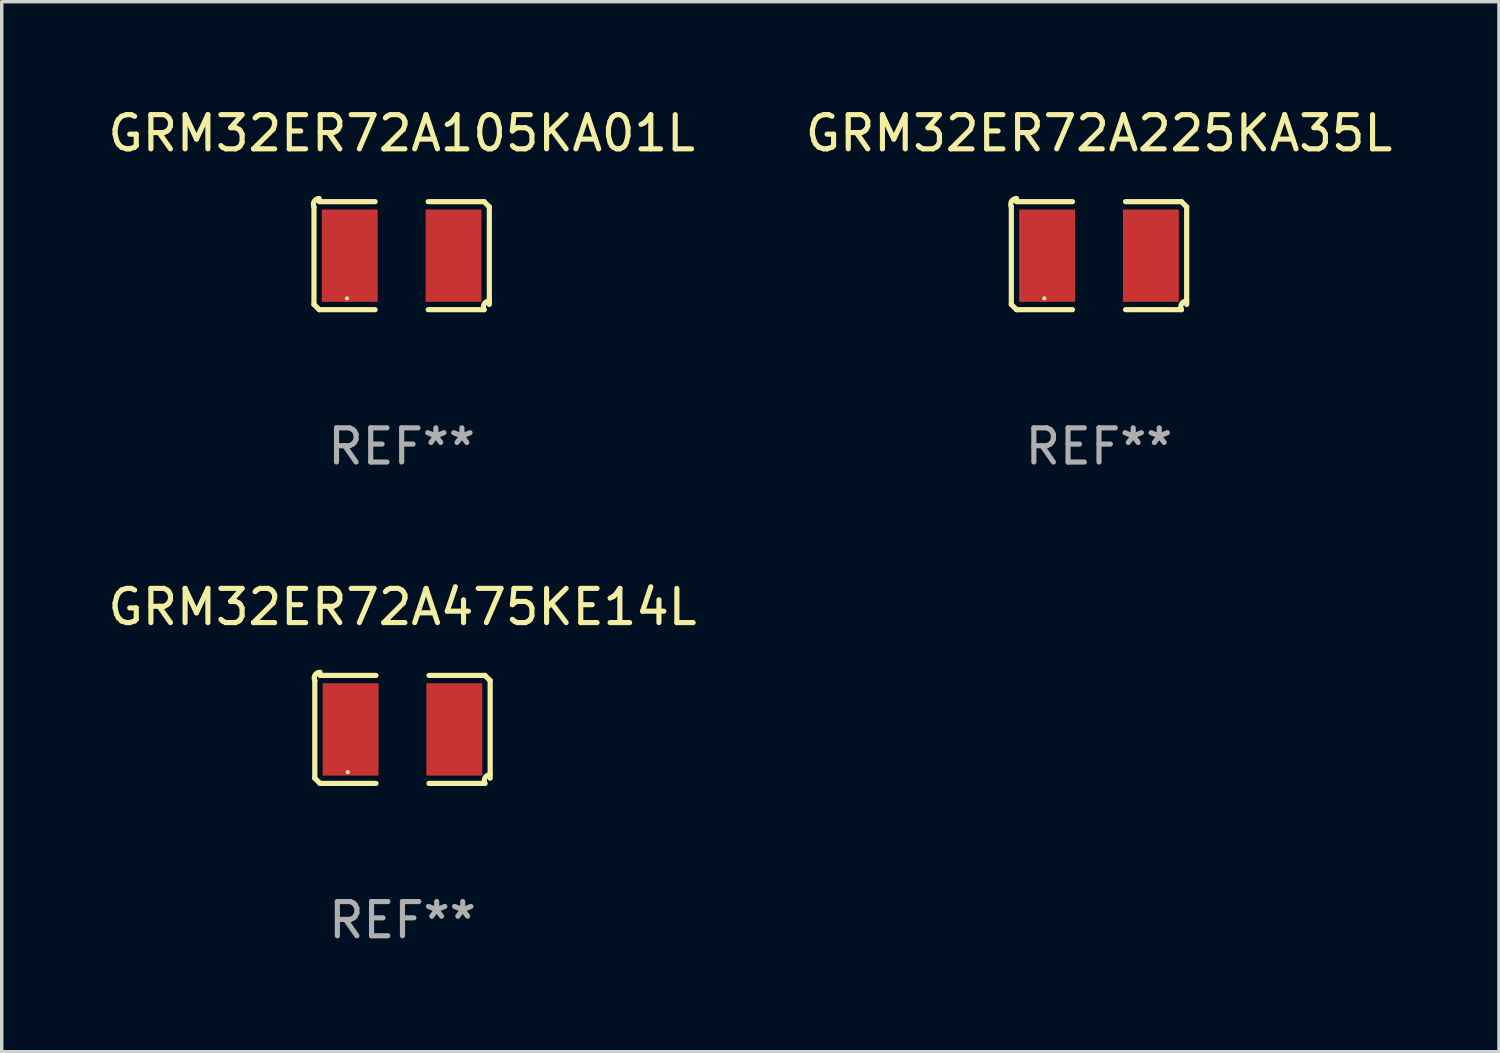
<source format=kicad_pcb>
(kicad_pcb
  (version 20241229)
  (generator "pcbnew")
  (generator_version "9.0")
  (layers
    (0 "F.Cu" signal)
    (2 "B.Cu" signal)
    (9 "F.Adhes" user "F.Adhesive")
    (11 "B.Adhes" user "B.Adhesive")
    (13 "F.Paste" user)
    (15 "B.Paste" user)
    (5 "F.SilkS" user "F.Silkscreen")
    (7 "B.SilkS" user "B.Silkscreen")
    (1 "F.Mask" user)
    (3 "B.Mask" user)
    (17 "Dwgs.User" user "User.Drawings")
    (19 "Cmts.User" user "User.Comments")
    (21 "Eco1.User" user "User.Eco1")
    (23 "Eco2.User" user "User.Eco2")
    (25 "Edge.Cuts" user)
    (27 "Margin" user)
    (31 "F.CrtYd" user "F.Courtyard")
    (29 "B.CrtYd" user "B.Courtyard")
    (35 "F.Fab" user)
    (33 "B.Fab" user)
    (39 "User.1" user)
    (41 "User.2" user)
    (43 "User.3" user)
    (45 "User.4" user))
  (footprint "GRM32ER72A105KA01L"
    (layer "F.Cu")
    (at 8.696 4.427)
    (property "Reference" "GRM32ER72A105KA01L" (at 0 -3.579 0) (layer "F.SilkS") (effects (font (size 1 1) (thickness 0.15))))
    (attr through_hole)
    (fp_line (start -2.564 1.426) (end -2.564 -1.426) (stroke (width 0.152) (type solid)) (layer "F.SilkS"))
    (fp_line (start -2.411 -1.579) (end -0.776 -1.579) (stroke (width 0.152) (type solid)) (layer "F.SilkS"))
    (fp_line (start -0.776 1.579) (end -2.411 1.579) (stroke (width 0.152) (type solid)) (layer "F.SilkS"))
    (fp_line (start 0.776 1.579) (end 2.411 1.579) (stroke (width 0.152) (type solid)) (layer "F.SilkS"))
    (fp_line (start 2.411 -1.579) (end 0.776 -1.579) (stroke (width 0.152) (type solid)) (layer "F.SilkS"))
    (fp_line (start 2.564 1.426) (end 2.564 -1.426) (stroke (width 0.152) (type solid)) (layer "F.SilkS"))
    (fp_arc (start -2.563602 -1.426213) (mid -2.555597 -1.591233) (end -2.411201 -1.671518) (stroke (width 0.1524) (type solid)) (layer "F.SilkS"))
    (fp_arc (start -2.5636 1.426214) (mid -2.487389 1.502402) (end -2.411201 1.578613) (stroke (width 0.1524) (type solid)) (layer "F.SilkS"))
    (fp_arc (start 2.411197 -1.578618) (mid 2.487403 -1.502419) (end 2.563602 -1.426213) (stroke (width 0.1524) (type solid)) (layer "F.SilkS"))
    (fp_arc (start 2.411201 1.578613) (mid 2.416214 1.409455) (end 2.563602 1.32629) (stroke (width 0.1524) (type solid)) (layer "F.SilkS"))
    (fp_circle (center -1.6 1.25) (end -1.57 1.25) (stroke (width 0.06) (type solid)) (fill no) (layer "F.SilkS"))
    (fp_text user "REF**" (at 0 5.579 0) (layer "F.Fab") (effects (font (size 1 1) (thickness 0.15))))
    (pad "1" smd rect (at -1.517 0) (size 1.635 2.7) (layers "F.Cu" "F.Mask" "F.Paste"))
    (pad "2" smd rect (at 1.517 0) (size 1.635 2.7) (layers "F.Cu" "F.Mask" "F.Paste")))
  (footprint "GRM32ER72A225KA35L"
    (layer "F.Cu")
    (at 29.089 4.427)
    (property "Reference" "GRM32ER72A225KA35L" (at 0 -3.579 0) (layer "F.SilkS") (effects (font (size 1 1) (thickness 0.15))))
    (attr through_hole)
    (fp_line (start -2.564 1.426) (end -2.564 -1.426) (stroke (width 0.152) (type solid)) (layer "F.SilkS"))
    (fp_line (start -2.411 -1.579) (end -0.776 -1.579) (stroke (width 0.152) (type solid)) (layer "F.SilkS"))
    (fp_line (start -0.776 1.579) (end -2.411 1.579) (stroke (width 0.152) (type solid)) (layer "F.SilkS"))
    (fp_line (start 0.776 1.579) (end 2.411 1.579) (stroke (width 0.152) (type solid)) (layer "F.SilkS"))
    (fp_line (start 2.411 -1.579) (end 0.776 -1.579) (stroke (width 0.152) (type solid)) (layer "F.SilkS"))
    (fp_line (start 2.564 1.426) (end 2.564 -1.426) (stroke (width 0.152) (type solid)) (layer "F.SilkS"))
    (fp_arc (start -2.563602 -1.426213) (mid -2.555597 -1.591233) (end -2.411201 -1.671518) (stroke (width 0.1524) (type solid)) (layer "F.SilkS"))
    (fp_arc (start -2.5636 1.426214) (mid -2.487389 1.502402) (end -2.411201 1.578613) (stroke (width 0.1524) (type solid)) (layer "F.SilkS"))
    (fp_arc (start 2.411197 -1.578618) (mid 2.487403 -1.502419) (end 2.563602 -1.426213) (stroke (width 0.1524) (type solid)) (layer "F.SilkS"))
    (fp_arc (start 2.411201 1.578613) (mid 2.416214 1.409455) (end 2.563602 1.32629) (stroke (width 0.1524) (type solid)) (layer "F.SilkS"))
    (fp_circle (center -1.6 1.25) (end -1.57 1.25) (stroke (width 0.06) (type solid)) (fill no) (layer "F.SilkS"))
    (fp_text user "REF**" (at 0 5.579 0) (layer "F.Fab") (effects (font (size 1 1) (thickness 0.15))))
    (pad "1" smd rect (at -1.517 0) (size 1.635 2.7) (layers "F.Cu" "F.Mask" "F.Paste"))
    (pad "2" smd rect (at 1.517 0) (size 1.635 2.7) (layers "F.Cu" "F.Mask" "F.Paste")))
  (footprint "GRM32ER72A475KE14L"
    (layer "F.Cu")
    (at 8.72 18.281)
    (property "Reference" "GRM32ER72A475KE14L" (at 0 -3.579 0) (layer "F.SilkS") (effects (font (size 1 1) (thickness 0.15))))
    (attr through_hole)
    (fp_line (start -2.564 1.426) (end -2.564 -1.426) (stroke (width 0.152) (type solid)) (layer "F.SilkS"))
    (fp_line (start -2.411 -1.579) (end -0.776 -1.579) (stroke (width 0.152) (type solid)) (layer "F.SilkS"))
    (fp_line (start -0.776 1.579) (end -2.411 1.579) (stroke (width 0.152) (type solid)) (layer "F.SilkS"))
    (fp_line (start 0.776 1.579) (end 2.411 1.579) (stroke (width 0.152) (type solid)) (layer "F.SilkS"))
    (fp_line (start 2.411 -1.579) (end 0.776 -1.579) (stroke (width 0.152) (type solid)) (layer "F.SilkS"))
    (fp_line (start 2.564 1.426) (end 2.564 -1.426) (stroke (width 0.152) (type solid)) (layer "F.SilkS"))
    (fp_arc (start -2.563602 -1.426213) (mid -2.555597 -1.591233) (end -2.411201 -1.671518) (stroke (width 0.1524) (type solid)) (layer "F.SilkS"))
    (fp_arc (start -2.5636 1.426214) (mid -2.487389 1.502402) (end -2.411201 1.578613) (stroke (width 0.1524) (type solid)) (layer "F.SilkS"))
    (fp_arc (start 2.411197 -1.578618) (mid 2.487403 -1.502419) (end 2.563602 -1.426213) (stroke (width 0.1524) (type solid)) (layer "F.SilkS"))
    (fp_arc (start 2.411201 1.578613) (mid 2.416214 1.409455) (end 2.563602 1.32629) (stroke (width 0.1524) (type solid)) (layer "F.SilkS"))
    (fp_circle (center -1.6 1.25) (end -1.57 1.25) (stroke (width 0.06) (type solid)) (fill no) (layer "F.SilkS"))
    (fp_text user "REF**" (at 0 5.579 0) (layer "F.Fab") (effects (font (size 1 1) (thickness 0.15))))
    (pad "1" smd rect (at -1.517 0) (size 1.635 2.7) (layers "F.Cu" "F.Mask" "F.Paste"))
    (pad "2" smd rect (at 1.517 0) (size 1.635 2.7) (layers "F.Cu" "F.Mask" "F.Paste")))
  (gr_rect
    (start -3 -3)
    (end 40.786 27.707)
    (stroke (width 0.1) (type default))
    (fill no)
    (layer "Edge.Cuts")))
</source>
